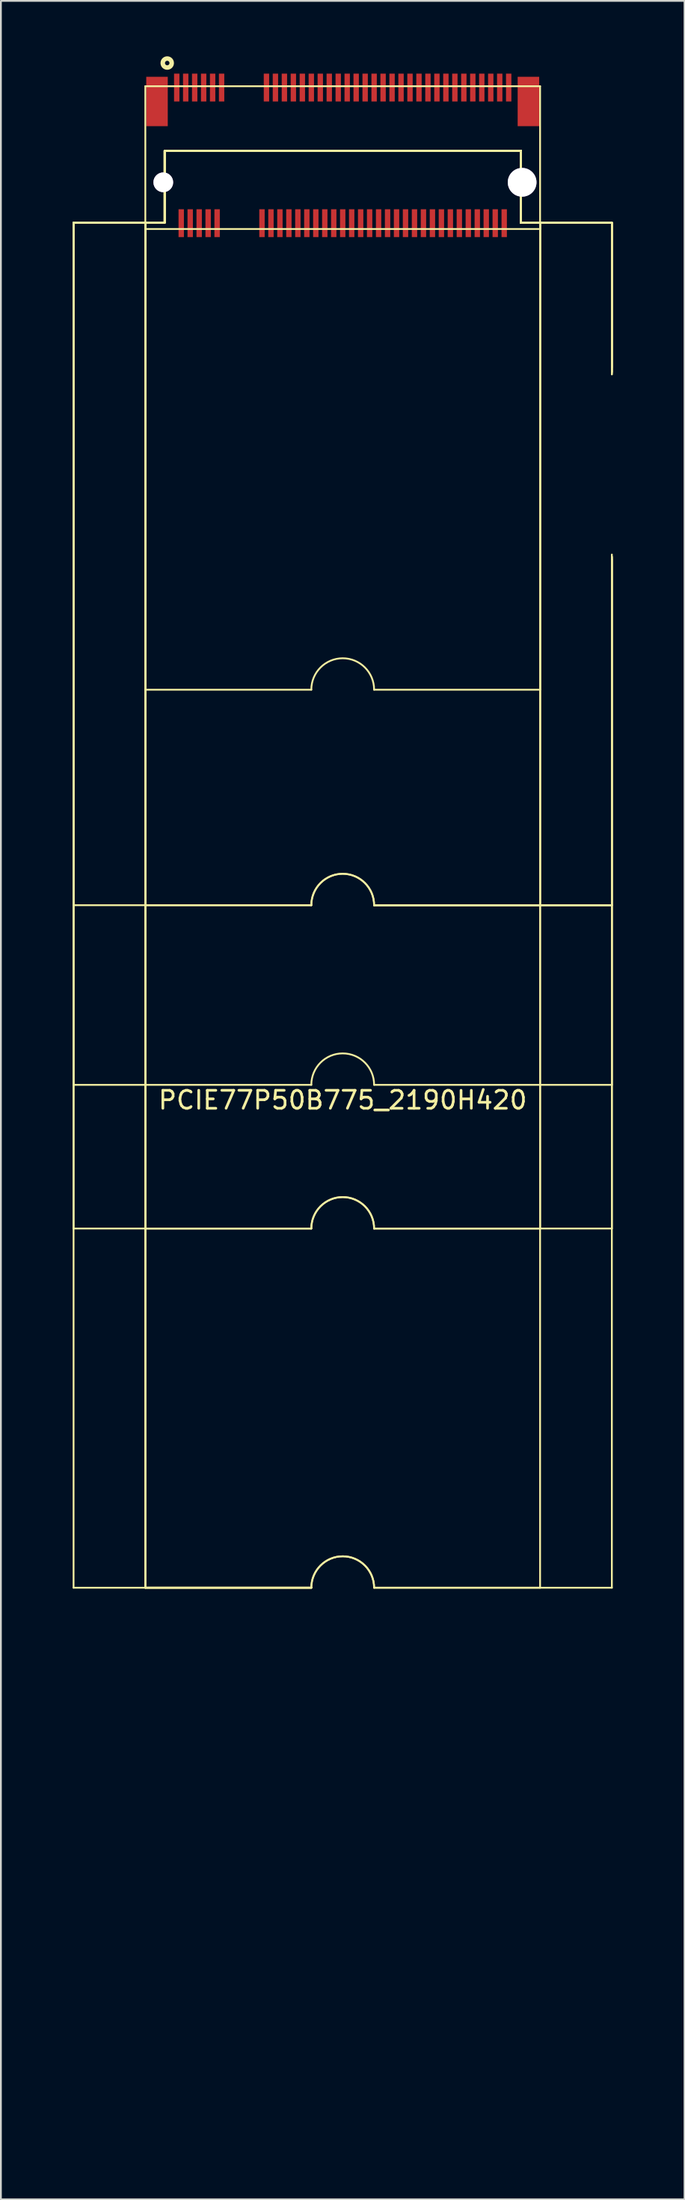
<source format=kicad_pcb>
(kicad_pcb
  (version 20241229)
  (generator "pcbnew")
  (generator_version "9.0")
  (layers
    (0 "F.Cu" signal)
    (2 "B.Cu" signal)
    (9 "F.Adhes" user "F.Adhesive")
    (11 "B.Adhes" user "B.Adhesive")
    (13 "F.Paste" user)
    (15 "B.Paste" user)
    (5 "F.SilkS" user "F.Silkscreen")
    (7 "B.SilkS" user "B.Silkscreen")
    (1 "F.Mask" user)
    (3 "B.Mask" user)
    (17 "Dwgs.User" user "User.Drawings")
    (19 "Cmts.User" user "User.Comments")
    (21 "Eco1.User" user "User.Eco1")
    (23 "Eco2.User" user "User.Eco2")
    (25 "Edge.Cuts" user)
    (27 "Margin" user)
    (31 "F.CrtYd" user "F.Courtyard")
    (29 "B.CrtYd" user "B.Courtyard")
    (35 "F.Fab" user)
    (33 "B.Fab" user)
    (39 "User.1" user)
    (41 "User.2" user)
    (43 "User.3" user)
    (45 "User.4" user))
  (footprint "PCIE77P50B775_2190H420"
    (layer "F.Cu")
    (at 16.05 58.2)
    (property "Reference" "PCIE77P50B775_2190H420" (at 0 0 0) (layer "F.SilkS") (effects (font (size 1 1) (thickness 0.15))))
    (fp_line (start -15 -48.85) (end -15 -10.85) (stroke (width 0.1) (type default)) (layer "F.SilkS"))
    (fp_line (start -15 -48.85) (end -15 -0.85) (stroke (width 0.1) (type default)) (layer "F.SilkS"))
    (fp_line (start -15 -48.85) (end -15 7.15) (stroke (width 0.1) (type default)) (layer "F.SilkS"))
    (fp_line (start -15 -48.85) (end -15 27.15) (stroke (width 0.1) (type default)) (layer "F.SilkS"))
    (fp_line (start -11 -56.45) (end -11 -48.5) (stroke (width 0.1) (type default)) (layer "F.SilkS"))
    (fp_line (start -11 -48.85) (end -11 -22.85) (stroke (width 0.1) (type default)) (layer "F.SilkS"))
    (fp_line (start -11 -48.85) (end -11 -10.85) (stroke (width 0.1) (type default)) (layer "F.SilkS"))
    (fp_line (start -11 -48.85) (end -11 7.15) (stroke (width 0.1) (type default)) (layer "F.SilkS"))
    (fp_line (start -11 -48.85) (end -11 27.15) (stroke (width 0.1) (type default)) (layer "F.SilkS"))
    (fp_line (start -11 -48.85) (end -11 27.15) (stroke (width 0.1) (type default)) (layer "F.SilkS"))
    (fp_line (start -11 -48.85) (end -11 27.15) (stroke (width 0.1) (type default)) (layer "F.SilkS"))
    (fp_line (start -9.925 -52.85) (end -9.925 -48.85) (stroke (width 0.1) (type default)) (layer "F.SilkS"))
    (fp_line (start -9.925 -52.85) (end -9.925 -48.85) (stroke (width 0.1) (type default)) (layer "F.SilkS"))
    (fp_line (start -9.925 -52.85) (end -9.925 -48.85) (stroke (width 0.1) (type default)) (layer "F.SilkS"))
    (fp_line (start -9.925 -52.85) (end -9.925 -48.85) (stroke (width 0.1) (type default)) (layer "F.SilkS"))
    (fp_line (start -9.925 -52.85) (end -9.925 -48.85) (stroke (width 0.1) (type default)) (layer "F.SilkS"))
    (fp_line (start -9.925 -52.85) (end -9.925 -48.85) (stroke (width 0.1) (type default)) (layer "F.SilkS"))
    (fp_line (start -9.925 -52.85) (end -9.925 -48.85) (stroke (width 0.1) (type default)) (layer "F.SilkS"))
    (fp_line (start -9.925 -52.85) (end -9.925 -48.85) (stroke (width 0.1) (type default)) (layer "F.SilkS"))
    (fp_line (start -9.925 -52.85) (end -9.925 -48.85) (stroke (width 0.1) (type default)) (layer "F.SilkS"))
    (fp_line (start -9.925 -52.85) (end -9.925 -48.85) (stroke (width 0.1) (type default)) (layer "F.SilkS"))
    (fp_line (start -9.925 -48.85) (end -15 -48.85) (stroke (width 0.1) (type default)) (layer "F.SilkS"))
    (fp_line (start -9.925 -48.85) (end -15 -48.85) (stroke (width 0.1) (type default)) (layer "F.SilkS"))
    (fp_line (start -9.925 -48.85) (end -15 -48.85) (stroke (width 0.1) (type default)) (layer "F.SilkS"))
    (fp_line (start -9.925 -48.85) (end -15 -48.85) (stroke (width 0.1) (type default)) (layer "F.SilkS"))
    (fp_line (start -9.925 -48.85) (end -11 -48.85) (stroke (width 0.1) (type default)) (layer "F.SilkS"))
    (fp_line (start -9.925 -48.85) (end -11 -48.85) (stroke (width 0.1) (type default)) (layer "F.SilkS"))
    (fp_line (start -9.925 -48.85) (end -11 -48.85) (stroke (width 0.1) (type default)) (layer "F.SilkS"))
    (fp_line (start -9.925 -48.85) (end -11 -48.85) (stroke (width 0.1) (type default)) (layer "F.SilkS"))
    (fp_line (start -9.925 -48.85) (end -11 -48.85) (stroke (width 0.1) (type default)) (layer "F.SilkS"))
    (fp_line (start -9.925 -48.85) (end -11 -48.85) (stroke (width 0.1) (type default)) (layer "F.SilkS"))
    (fp_line (start -1.75 -22.85) (end -11 -22.85) (stroke (width 0.1) (type default)) (layer "F.SilkS"))
    (fp_line (start -1.75 -10.85) (end -15 -10.85) (stroke (width 0.1) (type default)) (layer "F.SilkS"))
    (fp_line (start -1.75 -10.85) (end -11 -10.85) (stroke (width 0.1) (type default)) (layer "F.SilkS"))
    (fp_line (start -1.75 -0.85) (end -15 -0.85) (stroke (width 0.1) (type default)) (layer "F.SilkS"))
    (fp_line (start -1.75 7.15) (end -15 7.15) (stroke (width 0.1) (type default)) (layer "F.SilkS"))
    (fp_line (start -1.75 7.15) (end -11 7.15) (stroke (width 0.1) (type default)) (layer "F.SilkS"))
    (fp_line (start -1.75 27.15) (end -15 27.15) (stroke (width 0.1) (type default)) (layer "F.SilkS"))
    (fp_line (start -1.75 27.15) (end -11 27.15) (stroke (width 0.1) (type default)) (layer "F.SilkS"))
    (fp_line (start -1.75 27.15) (end -11 27.15) (stroke (width 0.1) (type default)) (layer "F.SilkS"))
    (fp_line (start -1.75 27.15) (end -11 27.15) (stroke (width 0.1) (type default)) (layer "F.SilkS"))
    (fp_line (start 9.925 -52.85) (end -9.925 -52.85) (stroke (width 0.1) (type default)) (layer "F.SilkS"))
    (fp_line (start 9.925 -52.85) (end -9.925 -52.85) (stroke (width 0.1) (type default)) (layer "F.SilkS"))
    (fp_line (start 9.925 -52.85) (end -9.925 -52.85) (stroke (width 0.1) (type default)) (layer "F.SilkS"))
    (fp_line (start 9.925 -52.85) (end -9.925 -52.85) (stroke (width 0.1) (type default)) (layer "F.SilkS"))
    (fp_line (start 9.925 -52.85) (end -9.925 -52.85) (stroke (width 0.1) (type default)) (layer "F.SilkS"))
    (fp_line (start 9.925 -52.85) (end -9.925 -52.85) (stroke (width 0.1) (type default)) (layer "F.SilkS"))
    (fp_line (start 9.925 -52.85) (end -9.925 -52.85) (stroke (width 0.1) (type default)) (layer "F.SilkS"))
    (fp_line (start 9.925 -52.85) (end -9.925 -52.85) (stroke (width 0.1) (type default)) (layer "F.SilkS"))
    (fp_line (start 9.925 -52.85) (end -9.925 -52.85) (stroke (width 0.1) (type default)) (layer "F.SilkS"))
    (fp_line (start 9.925 -52.85) (end -9.925 -52.85) (stroke (width 0.1) (type default)) (layer "F.SilkS"))
    (fp_line (start 9.925 -52.85) (end -9.925 -52.85) (stroke (width 0.1) (type default)) (layer "F.SilkS"))
    (fp_line (start 9.925 -52.85) (end 9.925 -48.85) (stroke (width 0.1) (type default)) (layer "F.SilkS"))
    (fp_line (start 9.925 -52.85) (end 9.925 -48.85) (stroke (width 0.1) (type default)) (layer "F.SilkS"))
    (fp_line (start 9.925 -52.85) (end 9.925 -48.85) (stroke (width 0.1) (type default)) (layer "F.SilkS"))
    (fp_line (start 9.925 -52.85) (end 9.925 -48.85) (stroke (width 0.1) (type default)) (layer "F.SilkS"))
    (fp_line (start 9.925 -52.85) (end 9.925 -48.85) (stroke (width 0.1) (type default)) (layer "F.SilkS"))
    (fp_line (start 9.925 -52.85) (end 9.925 -48.85) (stroke (width 0.1) (type default)) (layer "F.SilkS"))
    (fp_line (start 9.925 -52.85) (end 9.925 -48.85) (stroke (width 0.1) (type default)) (layer "F.SilkS"))
    (fp_line (start 9.925 -52.85) (end 9.925 -48.85) (stroke (width 0.1) (type default)) (layer "F.SilkS"))
    (fp_line (start 9.925 -52.85) (end 9.925 -48.85) (stroke (width 0.1) (type default)) (layer "F.SilkS"))
    (fp_line (start 9.925 -52.85) (end 9.925 -48.85) (stroke (width 0.1) (type default)) (layer "F.SilkS"))
    (fp_line (start 9.925 -52.85) (end 9.925 -48.85) (stroke (width 0.1) (type default)) (layer "F.SilkS"))
    (fp_line (start 11 -56.45) (end -11 -56.45) (stroke (width 0.1) (type default)) (layer "F.SilkS"))
    (fp_line (start 11 -56.45) (end 11 -48.5) (stroke (width 0.1) (type default)) (layer "F.SilkS"))
    (fp_line (start 11 -48.85) (end 9.925 -48.85) (stroke (width 0.1) (type default)) (layer "F.SilkS"))
    (fp_line (start 11 -48.85) (end 9.925 -48.85) (stroke (width 0.1) (type default)) (layer "F.SilkS"))
    (fp_line (start 11 -48.85) (end 9.925 -48.85) (stroke (width 0.1) (type default)) (layer "F.SilkS"))
    (fp_line (start 11 -48.85) (end 9.925 -48.85) (stroke (width 0.1) (type default)) (layer "F.SilkS"))
    (fp_line (start 11 -48.85) (end 11 -22.85) (stroke (width 0.1) (type default)) (layer "F.SilkS"))
    (fp_line (start 11 -48.85) (end 11 -10.85) (stroke (width 0.1) (type default)) (layer "F.SilkS"))
    (fp_line (start 11 -48.85) (end 11 7.15) (stroke (width 0.1) (type default)) (layer "F.SilkS"))
    (fp_line (start 11 -48.85) (end 11 27.15) (stroke (width 0.1) (type default)) (layer "F.SilkS"))
    (fp_line (start 11 -48.5) (end -11 -48.5) (stroke (width 0.1) (type default)) (layer "F.SilkS"))
    (fp_line (start 11 -22.85) (end 1.75 -22.85) (stroke (width 0.1) (type default)) (layer "F.SilkS"))
    (fp_line (start 11 -10.85) (end 1.75 -10.85) (stroke (width 0.1) (type default)) (layer "F.SilkS"))
    (fp_line (start 11 7.15) (end 1.75 7.15) (stroke (width 0.1) (type default)) (layer "F.SilkS"))
    (fp_line (start 11 27.15) (end 1.75 27.15) (stroke (width 0.1) (type default)) (layer "F.SilkS"))
    (fp_line (start 15 -48.85) (end 9.925 -48.85) (stroke (width 0.1) (type default)) (layer "F.SilkS"))
    (fp_line (start 15 -48.85) (end 9.925 -48.85) (stroke (width 0.1) (type default)) (layer "F.SilkS"))
    (fp_line (start 15 -48.85) (end 9.925 -48.85) (stroke (width 0.1) (type default)) (layer "F.SilkS"))
    (fp_line (start 15 -48.85) (end 9.925 -48.85) (stroke (width 0.1) (type default)) (layer "F.SilkS"))
    (fp_line (start 15 -48.85) (end 9.925 -48.85) (stroke (width 0.1) (type default)) (layer "F.SilkS"))
    (fp_line (start 15 -48.85) (end 15 -40.789) (stroke (width 0.1) (type default)) (layer "F.SilkS"))
    (fp_line (start 15 -48.85) (end 15 -40.535) (stroke (width 0.1) (type default)) (layer "F.SilkS"))
    (fp_line (start 15 -48.85) (end 15 -40.535) (stroke (width 0.1) (type default)) (layer "F.SilkS"))
    (fp_line (start 15 -48.85) (end 15 -40.408) (stroke (width 0.1) (type default)) (layer "F.SilkS"))
    (fp_line (start 15 -48.85) (end 15 -40.408) (stroke (width 0.1) (type default)) (layer "F.SilkS"))
    (fp_line (start 15 -30.375) (end 15 -0.85) (stroke (width 0.1) (type default)) (layer "F.SilkS"))
    (fp_line (start 15 -30.248) (end 15 -10.85) (stroke (width 0.1) (type default)) (layer "F.SilkS"))
    (fp_line (start 15 -30.248) (end 15 27.15) (stroke (width 0.1) (type default)) (layer "F.SilkS"))
    (fp_line (start 15 -30.121) (end 15 7.15) (stroke (width 0.1) (type default)) (layer "F.SilkS"))
    (fp_line (start 15 -10.85) (end 1.75 -10.85) (stroke (width 0.1) (type default)) (layer "F.SilkS"))
    (fp_line (start 15 -10.85) (end 1.75 -10.85) (stroke (width 0.1) (type default)) (layer "F.SilkS"))
    (fp_line (start 15 -10.85) (end 1.75 -10.85) (stroke (width 0.1) (type default)) (layer "F.SilkS"))
    (fp_line (start 15 -0.85) (end 1.75 -0.85) (stroke (width 0.1) (type default)) (layer "F.SilkS"))
    (fp_line (start 15 7.15) (end 1.75 7.15) (stroke (width 0.1) (type default)) (layer "F.SilkS"))
    (fp_line (start 15 27.15) (end 1.75 27.15) (stroke (width 0.1) (type default)) (layer "F.SilkS"))
    (fp_arc (start -1.75 -22.85) (mid 0 -24.6) (end 1.75 -22.85) (stroke (width 0.1) (type default)) (layer "F.SilkS"))
    (fp_arc (start -1.75 -10.85) (mid 0 -12.6) (end 1.75 -10.85) (stroke (width 0.1) (type default)) (layer "F.SilkS"))
    (fp_arc (start -1.75 -10.85) (mid 0 -12.6) (end 1.75 -10.85) (stroke (width 0.1) (type default)) (layer "F.SilkS"))
    (fp_arc (start -1.75 -0.85) (mid 0 -2.6) (end 1.75 -0.85) (stroke (width 0.1) (type default)) (layer "F.SilkS"))
    (fp_arc (start -1.75 7.15) (mid 0 5.4) (end 1.75 7.15) (stroke (width 0.1) (type default)) (layer "F.SilkS"))
    (fp_arc (start -1.75 7.15) (mid 0 5.4) (end 1.75 7.15) (stroke (width 0.1) (type default)) (layer "F.SilkS"))
    (fp_arc (start -1.75 27.15) (mid 0 25.4) (end 1.75 27.15) (stroke (width 0.1) (type default)) (layer "F.SilkS"))
    (fp_arc (start -1.75 27.15) (mid 0 25.4) (end 1.75 27.15) (stroke (width 0.1) (type default)) (layer "F.SilkS"))
    (fp_circle (center -9.78 -57.74) (end -9.53 -57.74) (stroke (width 0.25) (type default)) (fill no) (layer "F.SilkS"))
    (fp_line (start -12 -58.15) (end -12 -47.05) (stroke (width 0.025) (type default)) (layer "User.1"))
    (fp_line (start 12 -58.15) (end -12 -58.15) (stroke (width 0.025) (type default)) (layer "User.1"))
    (fp_line (start 12 -58.15) (end 12 -47.05) (stroke (width 0.025) (type default)) (layer "User.1"))
    (fp_line (start 12 -47.05) (end -12 -47.05) (stroke (width 0.025) (type default)) (layer "User.1"))
    (fp_poly (pts (xy 11 -48.5) (xy 11 -56.45) (xy -11 -56.45) (xy -11 -48.5)) (stroke (width 0.1) (type default)) (fill no) (layer "User.1"))
    (fp_poly (pts (xy 11 -48.5) (xy 11 -56.45) (xy -11 -56.45) (xy -11 -48.5)) (stroke (width 0.1) (type default)) (fill no) (layer "User.1"))
    (fp_poly (pts (xy 12 -47.05) (xy 12 -58.15) (xy -11.11 -58.15) (xy -11.11 -56.685) (xy 11.13 -56.685) (xy 11.13 -48.505) (xy 11.13 -48.34) (xy -11.17 -48.34) (xy -11.17 -48.505) (xy -11.17 -58.15) (xy -12 -58.15) (xy -12 -47.05)) (stroke (width 0.1) (type default)) (fill no) (layer "User.1"))
    (fp_poly (pts (xy 12 -47.05) (xy 12 -58.15) (xy -11.11 -58.15) (xy -11.11 -56.685) (xy 11.13 -56.685) (xy 11.13 -48.505) (xy 11.13 -48.34) (xy -11.17 -48.34) (xy -11.17 -48.505) (xy -11.17 -58.15) (xy -12 -58.15) (xy -12 -47.05)) (stroke (width 0.1) (type default)) (fill no) (layer "User.1"))
    (fp_poly (pts (xy -16 0.15) (xy -16 -49.85) (xy -10.925 -49.85) (xy -10.925 -53.85) (xy 10.925 -53.85) (xy 10.925 -49.85) (xy 16 -49.85) (xy 16 0.15) (xy 0.75 0.15) (xy 0.75 -0.85) (xy 0.744 -0.948) (xy 0.693 -1.137) (xy 0.595 -1.306) (xy 0.457 -1.445) (xy 0.287 -1.543) (xy 0.098 -1.593) (xy -0.098 -1.593) (xy -0.287 -1.543) (xy -0.457 -1.445) (xy -0.595 -1.306) (xy -0.693 -1.137) (xy -0.744 -0.948) (xy -0.75 -0.85) (xy -0.75 0.15)) (stroke (width 0.1) (type default)) (fill no) (layer "User.1"))
    (fp_poly (pts (xy -16 8.15) (xy -16 -49.85) (xy -10.925 -49.85) (xy -10.925 -53.85) (xy 10.925 -53.85) (xy 10.925 -49.85) (xy 16 -49.85) (xy 16 8.15) (xy 0.75 8.15) (xy 0.75 7.15) (xy 0.744 7.052) (xy 0.693 6.863) (xy 0.595 6.694) (xy 0.457 6.555) (xy 0.287 6.457) (xy 0.098 6.407) (xy -0.098 6.407) (xy -0.287 6.457) (xy -0.457 6.555) (xy -0.595 6.694) (xy -0.693 6.863) (xy -0.744 7.052) (xy -0.75 7.15) (xy -0.75 8.15)) (stroke (width 0.1) (type default)) (fill no) (layer "User.1"))
    (fp_poly (pts (xy -12 -21.85) (xy -12 -49.85) (xy -10.925 -49.85) (xy -10.925 -53.85) (xy 10.925 -53.85) (xy 10.925 -49.85) (xy 12 -49.85) (xy 12 -21.85) (xy 0.75 -21.85) (xy 0.75 -22.85) (xy 0.744 -22.948) (xy 0.693 -23.137) (xy 0.595 -23.306) (xy 0.457 -23.445) (xy 0.287 -23.543) (xy 0.098 -23.593) (xy -0.098 -23.593) (xy -0.287 -23.543) (xy -0.457 -23.445) (xy -0.595 -23.306) (xy -0.693 -23.137) (xy -0.744 -22.948) (xy -0.75 -22.85) (xy -0.75 -21.85)) (stroke (width 0.1) (type default)) (fill no) (layer "User.1"))
    (fp_poly (pts (xy -12 -9.85) (xy -12 -49.85) (xy -10.925 -49.85) (xy -10.925 -53.85) (xy 10.925 -53.85) (xy 10.925 -49.85) (xy 12 -49.85) (xy 12 -9.85) (xy 0.75 -9.85) (xy 0.75 -10.85) (xy 0.744 -10.948) (xy 0.693 -11.137) (xy 0.595 -11.306) (xy 0.457 -11.445) (xy 0.287 -11.543) (xy 0.098 -11.594) (xy -0.098 -11.594) (xy -0.287 -11.543) (xy -0.457 -11.445) (xy -0.595 -11.306) (xy -0.693 -11.137) (xy -0.744 -10.948) (xy -0.75 -10.85) (xy -0.75 -9.85)) (stroke (width 0.1) (type default)) (fill no) (layer "User.1"))
    (fp_poly (pts (xy -12 8.15) (xy -12 -49.85) (xy -10.925 -49.85) (xy -10.925 -53.85) (xy 10.925 -53.85) (xy 10.925 -49.85) (xy 12 -49.85) (xy 12 8.15) (xy 0.75 8.15) (xy 0.75 7.15) (xy 0.744 7.052) (xy 0.693 6.863) (xy 0.595 6.694) (xy 0.457 6.555) (xy 0.287 6.457) (xy 0.098 6.407) (xy -0.098 6.407) (xy -0.287 6.457) (xy -0.457 6.555) (xy -0.595 6.694) (xy -0.693 6.863) (xy -0.744 7.052) (xy -0.75 7.15) (xy -0.75 8.15)) (stroke (width 0.1) (type default)) (fill no) (layer "User.1"))
    (fp_poly (pts (xy -12 58.15) (xy -12 -49.85) (xy -10.925 -49.85) (xy -10.925 -53.85) (xy 10.925 -53.85) (xy 10.925 -49.85) (xy 12 -49.85) (xy 12 58.15) (xy 0.75 58.15) (xy 0.75 57.15) (xy 0.744 57.052) (xy 0.693 56.863) (xy 0.595 56.694) (xy 0.457 56.555) (xy 0.287 56.457) (xy 0.098 56.407) (xy -0.098 56.407) (xy -0.287 56.457) (xy -0.457 56.555) (xy -0.595 56.694) (xy -0.693 56.863) (xy -0.744 57.052) (xy -0.75 57.15) (xy -0.75 58.15)) (stroke (width 0.1) (type default)) (fill no) (layer "User.1"))
    (fp_poly (pts (xy -10.925 -53.85) (xy 10.925 -53.85) (xy 10.925 -49.85) (xy 12 -49.85) (xy 12 28.15) (xy 0.75 28.15) (xy 0.75 27.15) (xy 0.744 27.052) (xy 0.693 26.863) (xy 0.595 26.693) (xy 0.457 26.555) (xy 0.287 26.457) (xy 0.098 26.407) (xy -0.098 26.407) (xy -0.287 26.457) (xy -0.457 26.555) (xy -0.595 26.693) (xy -0.693 26.863) (xy -0.744 27.052) (xy -0.75 27.15) (xy -0.75 28.15) (xy -12 28.15) (xy -12 -49.85) (xy -10.925 -49.85)) (stroke (width 0.1) (type default)) (fill no) (layer "User.1"))
    (fp_poly (pts (xy 0.75 -9.85) (xy 0.75 -10.85) (xy 0.744 -10.948) (xy 0.693 -11.137) (xy 0.595 -11.306) (xy 0.457 -11.445) (xy 0.287 -11.543) (xy 0.098 -11.594) (xy -0.098 -11.594) (xy -0.287 -11.543) (xy -0.457 -11.445) (xy -0.595 -11.306) (xy -0.693 -11.137) (xy -0.744 -10.948) (xy -0.75 -10.85) (xy -0.75 -9.85) (xy -16 -9.85) (xy -16 -49.85) (xy -10.925 -49.85) (xy -10.925 -53.85) (xy 10.925 -53.85) (xy 10.925 -49.85) (xy 16 -49.85) (xy 16 -9.85)) (stroke (width 0.1) (type default)) (fill no) (layer "User.1"))
    (fp_poly (pts (xy 0.75 28.15) (xy 0.75 27.15) (xy 0.744 27.052) (xy 0.693 26.863) (xy 0.595 26.693) (xy 0.457 26.555) (xy 0.287 26.457) (xy 0.098 26.407) (xy -0.098 26.407) (xy -0.287 26.457) (xy -0.457 26.555) (xy -0.595 26.693) (xy -0.693 26.863) (xy -0.744 27.052) (xy -0.75 27.15) (xy -0.75 28.15) (xy -16 28.15) (xy -16 -49.85) (xy -10.925 -49.85) (xy -10.925 -53.85) (xy 10.925 -53.85) (xy 10.925 -49.85) (xy 16 -49.85) (xy 16 28.15)) (stroke (width 0.1) (type default)) (fill no) (layer "User.1"))
    (fp_poly (pts (xy 16 58.15) (xy 0.75 58.15) (xy 0.75 57.15) (xy 0.744 57.052) (xy 0.693 56.863) (xy 0.595 56.694) (xy 0.457 56.555) (xy 0.287 56.457) (xy 0.098 56.407) (xy -0.098 56.407) (xy -0.287 56.457) (xy -0.457 56.555) (xy -0.595 56.694) (xy -0.693 56.863) (xy -0.744 57.052) (xy -0.75 57.15) (xy -0.75 58.15) (xy -16 58.15) (xy -16 -49.85) (xy -10.925 -49.85) (xy -10.925 -53.85) (xy 10.925 -53.85) (xy 10.925 -49.85) (xy 16 -49.85)) (stroke (width 0.1) (type default)) (fill no) (layer "User.1"))
    (fp_poly (pts (xy -11.557 -51.1) (xy -11.527 -50.796) (xy -11.439 -50.504) (xy -11.295 -50.234) (xy -11.101 -49.998) (xy -10.866 -49.805) (xy -10.596 -49.661) (xy -10.304 -49.572) (xy -10 -49.542) (xy -9.696 -49.572) (xy -9.404 -49.661) (xy -9.225 -49.757) (xy -9.134 -49.805) (xy -8.899 -49.998) (xy -8.705 -50.234) (xy -8.561 -50.504) (xy -8.473 -50.796) (xy -8.443 -51.1) (xy -8.473 -51.404) (xy -8.561 -51.696) (xy -8.705 -51.965) (xy -8.899 -52.202) (xy -9.134 -52.395) (xy -9.225 -52.444) (xy -9.404 -52.539) (xy -9.696 -52.628) (xy -10 -52.657) (xy -10.304 -52.628) (xy -10.596 -52.539) (xy -10.866 -52.395) (xy -11.101 -52.202) (xy -11.295 -51.965) (xy -11.439 -51.696) (xy -11.527 -51.404)) (stroke (width 0.1) (type default)) (fill no) (layer "User.1"))
    (fp_poly (pts (xy -11.557 -51.1) (xy -11.527 -50.796) (xy -11.439 -50.504) (xy -11.295 -50.234) (xy -11.101 -49.998) (xy -10.866 -49.805) (xy -10.596 -49.661) (xy -10.304 -49.572) (xy -10 -49.542) (xy -9.696 -49.572) (xy -9.404 -49.661) (xy -9.225 -49.757) (xy -9.134 -49.805) (xy -8.899 -49.998) (xy -8.705 -50.234) (xy -8.561 -50.504) (xy -8.473 -50.796) (xy -8.443 -51.1) (xy -8.473 -51.404) (xy -8.561 -51.696) (xy -8.705 -51.965) (xy -8.899 -52.202) (xy -9.134 -52.395) (xy -9.225 -52.444) (xy -9.404 -52.539) (xy -9.696 -52.628) (xy -10 -52.657) (xy -10.304 -52.628) (xy -10.596 -52.539) (xy -10.866 -52.395) (xy -11.101 -52.202) (xy -11.295 -51.965) (xy -11.439 -51.696) (xy -11.527 -51.404)) (stroke (width 0.1) (type default)) (fill no) (layer "User.1"))
    (fp_poly (pts (xy 8.191 -51.1) (xy 8.226 -50.748) (xy 8.329 -50.408) (xy 8.496 -50.096) (xy 8.721 -49.821) (xy 8.995 -49.596) (xy 9.308 -49.429) (xy 9.647 -49.327) (xy 10 -49.291) (xy 10.353 -49.327) (xy 10.692 -49.429) (xy 10.9 -49.541) (xy 11.005 -49.596) (xy 11.279 -49.821) (xy 11.504 -50.096) (xy 11.671 -50.408) (xy 11.774 -50.748) (xy 11.809 -51.1) (xy 11.774 -51.453) (xy 11.671 -51.792) (xy 11.504 -52.105) (xy 11.279 -52.379) (xy 11.005 -52.604) (xy 10.9 -52.66) (xy 10.692 -52.771) (xy 10.353 -52.874) (xy 10 -52.908) (xy 9.647 -52.874) (xy 9.308 -52.771) (xy 8.995 -52.604) (xy 8.721 -52.379) (xy 8.496 -52.105) (xy 8.329 -51.792) (xy 8.226 -51.453)) (stroke (width 0.1) (type default)) (fill no) (layer "User.1"))
    (fp_poly (pts (xy 8.191 -51.1) (xy 8.226 -50.748) (xy 8.329 -50.408) (xy 8.496 -50.096) (xy 8.721 -49.821) (xy 8.995 -49.596) (xy 9.308 -49.429) (xy 9.647 -49.327) (xy 10 -49.291) (xy 10.353 -49.327) (xy 10.692 -49.429) (xy 10.9 -49.541) (xy 11.005 -49.596) (xy 11.279 -49.821) (xy 11.504 -50.096) (xy 11.671 -50.408) (xy 11.774 -50.748) (xy 11.809 -51.1) (xy 11.774 -51.453) (xy 11.671 -51.792) (xy 11.504 -52.105) (xy 11.279 -52.379) (xy 11.005 -52.604) (xy 10.9 -52.66) (xy 10.692 -52.771) (xy 10.353 -52.874) (xy 10 -52.908) (xy 9.647 -52.874) (xy 9.308 -52.771) (xy 8.995 -52.604) (xy 8.721 -52.379) (xy 8.496 -52.105) (xy 8.329 -51.792) (xy 8.226 -51.453)) (stroke (width 0.1) (type default)) (fill no) (layer "User.1"))
    (fp_poly (pts (xy -16 0.15) (xy -16 -49.85) (xy -10.925 -49.85) (xy -10.925 -53.85) (xy 10.925 -53.85) (xy 10.925 -49.85) (xy 16 -49.85) (xy 16 0.15) (xy 0.75 0.15) (arc (start 0.75 -0.85) (mid 0 -1.6) (end -0.75 -0.85)) (xy -0.75 0.15)) (stroke (width 0.1) (type default)) (fill no) (layer "User.1"))
    (fp_poly (pts (xy -16 8.15) (xy -16 -49.85) (xy -10.925 -49.85) (xy -10.925 -53.85) (xy 10.925 -53.85) (xy 10.925 -49.85) (xy 16 -49.85) (xy 16 8.15) (xy 0.75 8.15) (arc (start 0.75 7.15) (mid 0 6.4) (end -0.75 7.15)) (xy -0.75 8.15)) (stroke (width 0.1) (type default)) (fill no) (layer "User.1"))
    (fp_poly (pts (xy -12 -21.85) (xy -12 -49.85) (xy -10.925 -49.85) (xy -10.925 -53.85) (xy 10.925 -53.85) (xy 10.925 -49.85) (xy 12 -49.85) (xy 12 -21.85) (xy 0.75 -21.85) (arc (start 0.75 -22.85) (mid 0 -23.6) (end -0.75 -22.85)) (xy -0.75 -21.85)) (stroke (width 0.1) (type default)) (fill no) (layer "User.1"))
    (fp_poly (pts (xy -12 -9.85) (xy -12 -49.85) (xy -10.925 -49.85) (xy -10.925 -53.85) (xy 10.925 -53.85) (xy 10.925 -49.85) (xy 12 -49.85) (xy 12 -9.85) (xy 0.75 -9.85) (arc (start 0.75 -10.85) (mid 0 -11.6) (end -0.75 -10.85)) (xy -0.75 -9.85)) (stroke (width 0.1) (type default)) (fill no) (layer "User.1"))
    (fp_poly (pts (xy -12 8.15) (xy -12 -49.85) (xy -10.925 -49.85) (xy -10.925 -53.85) (xy 10.925 -53.85) (xy 10.925 -49.85) (xy 12 -49.85) (xy 12 8.15) (xy 0.75 8.15) (arc (start 0.75 7.15) (mid 0 6.4) (end -0.75 7.15)) (xy -0.75 8.15)) (stroke (width 0.1) (type default)) (fill no) (layer "User.1"))
    (fp_poly (pts (xy -12 58.15) (xy -12 -49.85) (xy -10.925 -49.85) (xy -10.925 -53.85) (xy 10.925 -53.85) (xy 10.925 -49.85) (xy 12 -49.85) (xy 12 58.15) (xy 0.75 58.15) (arc (start 0.75 57.15) (mid 0 56.4) (end -0.75 57.15)) (xy -0.75 58.15)) (stroke (width 0.1) (type default)) (fill no) (layer "User.1"))
    (fp_poly (pts (xy -10.925 -53.85) (xy 10.925 -53.85) (xy 10.925 -49.85) (xy 12 -49.85) (xy 12 28.15) (xy 0.75 28.15) (arc (start 0.75 27.15) (mid 0 26.4) (end -0.75 27.15)) (xy -0.75 28.15) (xy -12 28.15) (xy -12 -49.85) (xy -10.925 -49.85)) (stroke (width 0.1) (type default)) (fill no) (layer "User.1"))
    (fp_poly (pts (xy 0.75 -9.85) (arc (start 0.75 -10.85) (mid 0 -11.6) (end -0.75 -10.85)) (xy -0.75 -9.85) (xy -16 -9.85) (xy -16 -49.85) (xy -10.925 -49.85) (xy -10.925 -53.85) (xy 10.925 -53.85) (xy 10.925 -49.85) (xy 16 -49.85) (xy 16 -9.85)) (stroke (width 0.1) (type default)) (fill no) (layer "User.1"))
    (fp_poly (pts (xy 0.75 28.15) (arc (start 0.75 27.15) (mid 0 26.4) (end -0.75 27.15)) (xy -0.75 28.15) (xy -16 28.15) (xy -16 -49.85) (xy -10.925 -49.85) (xy -10.925 -53.85) (xy 10.925 -53.85) (xy 10.925 -49.85) (xy 16 -49.85) (xy 16 28.15)) (stroke (width 0.1) (type default)) (fill no) (layer "User.1"))
    (fp_poly (pts (xy 16 58.15) (xy 0.75 58.15) (arc (start 0.75 57.15) (mid 0 56.4) (end -0.75 57.15)) (xy -0.75 58.15) (xy -16 58.15) (xy -16 -49.85) (xy -10.925 -49.85) (xy -10.925 -53.85) (xy 10.925 -53.85) (xy 10.925 -49.85) (xy 16 -49.85)) (stroke (width 0.1) (type default)) (fill no) (layer "User.1"))
    (pad "1" smd rect (at -9.25 -56.375 180) (size 0.3 1.55) (layers "F.Cu" "F.Mask" "F.Paste"))
    (pad "2" smd rect (at -9 -48.825 180) (size 0.3 1.55) (layers "F.Cu" "F.Mask" "F.Paste"))
    (pad "3" smd rect (at -8.75 -56.375 180) (size 0.3 1.55) (layers "F.Cu" "F.Mask" "F.Paste"))
    (pad "4" smd rect (at -8.5 -48.825 180) (size 0.3 1.55) (layers "F.Cu" "F.Mask" "F.Paste"))
    (pad "5" smd rect (at -8.25 -56.375 180) (size 0.3 1.55) (layers "F.Cu" "F.Mask" "F.Paste"))
    (pad "6" smd rect (at -8 -48.825 180) (size 0.3 1.55) (layers "F.Cu" "F.Mask" "F.Paste"))
    (pad "7" smd rect (at -7.75 -56.375 180) (size 0.3 1.55) (layers "F.Cu" "F.Mask" "F.Paste"))
    (pad "8" smd rect (at -7.5 -48.825 180) (size 0.3 1.55) (layers "F.Cu" "F.Mask" "F.Paste"))
    (pad "9" smd rect (at -7.25 -56.375 180) (size 0.3 1.55) (layers "F.Cu" "F.Mask" "F.Paste"))
    (pad "10" smd rect (at -7 -48.825 180) (size 0.3 1.55) (layers "F.Cu" "F.Mask" "F.Paste"))
    (pad "11" smd rect (at -6.75 -56.375 180) (size 0.3 1.55) (layers "F.Cu" "F.Mask" "F.Paste"))
    (pad "20" smd rect (at -4.5 -48.825 180) (size 0.3 1.55) (layers "F.Cu" "F.Mask" "F.Paste"))
    (pad "21" smd rect (at -4.25 -56.375 180) (size 0.3 1.55) (layers "F.Cu" "F.Mask" "F.Paste"))
    (pad "22" smd rect (at -4 -48.825 180) (size 0.3 1.55) (layers "F.Cu" "F.Mask" "F.Paste"))
    (pad "23" smd rect (at -3.75 -56.375 180) (size 0.3 1.55) (layers "F.Cu" "F.Mask" "F.Paste"))
    (pad "24" smd rect (at -3.5 -48.825 180) (size 0.3 1.55) (layers "F.Cu" "F.Mask" "F.Paste"))
    (pad "25" smd rect (at -3.25 -56.375 180) (size 0.3 1.55) (layers "F.Cu" "F.Mask" "F.Paste"))
    (pad "26" smd rect (at -3 -48.825 180) (size 0.3 1.55) (layers "F.Cu" "F.Mask" "F.Paste"))
    (pad "27" smd rect (at -2.75 -56.375 180) (size 0.3 1.55) (layers "F.Cu" "F.Mask" "F.Paste"))
    (pad "28" smd rect (at -2.5 -48.825 180) (size 0.3 1.55) (layers "F.Cu" "F.Mask" "F.Paste"))
    (pad "29" smd rect (at -2.25 -56.375 180) (size 0.3 1.55) (layers "F.Cu" "F.Mask" "F.Paste"))
    (pad "30" smd rect (at -2 -48.825 180) (size 0.3 1.55) (layers "F.Cu" "F.Mask" "F.Paste"))
    (pad "31" smd rect (at -1.75 -56.375 180) (size 0.3 1.55) (layers "F.Cu" "F.Mask" "F.Paste"))
    (pad "32" smd rect (at -1.5 -48.825 180) (size 0.3 1.55) (layers "F.Cu" "F.Mask" "F.Paste"))
    (pad "33" smd rect (at -1.25 -56.375 180) (size 0.3 1.55) (layers "F.Cu" "F.Mask" "F.Paste"))
    (pad "34" smd rect (at -1 -48.825 180) (size 0.3 1.55) (layers "F.Cu" "F.Mask" "F.Paste"))
    (pad "35" smd rect (at -0.75 -56.375 180) (size 0.3 1.55) (layers "F.Cu" "F.Mask" "F.Paste"))
    (pad "36" smd rect (at -0.5 -48.825 180) (size 0.3 1.55) (layers "F.Cu" "F.Mask" "F.Paste"))
    (pad "37" smd rect (at -0.25 -56.375 180) (size 0.3 1.55) (layers "F.Cu" "F.Mask" "F.Paste"))
    (pad "38" smd rect (at 0 -48.825 180) (size 0.3 1.55) (layers "F.Cu" "F.Mask" "F.Paste"))
    (pad "39" smd rect (at 0.25 -56.375 180) (size 0.3 1.55) (layers "F.Cu" "F.Mask" "F.Paste"))
    (pad "40" smd rect (at 0.5 -48.825 180) (size 0.3 1.55) (layers "F.Cu" "F.Mask" "F.Paste"))
    (pad "41" smd rect (at 0.75 -56.375 180) (size 0.3 1.55) (layers "F.Cu" "F.Mask" "F.Paste"))
    (pad "42" smd rect (at 1 -48.825 180) (size 0.3 1.55) (layers "F.Cu" "F.Mask" "F.Paste"))
    (pad "43" smd rect (at 1.25 -56.375 180) (size 0.3 1.55) (layers "F.Cu" "F.Mask" "F.Paste"))
    (pad "44" smd rect (at 1.5 -48.825 180) (size 0.3 1.55) (layers "F.Cu" "F.Mask" "F.Paste"))
    (pad "45" smd rect (at 1.75 -56.375 180) (size 0.3 1.55) (layers "F.Cu" "F.Mask" "F.Paste"))
    (pad "46" smd rect (at 2 -48.825 180) (size 0.3 1.55) (layers "F.Cu" "F.Mask" "F.Paste"))
    (pad "47" smd rect (at 2.25 -56.375 180) (size 0.3 1.55) (layers "F.Cu" "F.Mask" "F.Paste"))
    (pad "48" smd rect (at 2.5 -48.825 180) (size 0.3 1.55) (layers "F.Cu" "F.Mask" "F.Paste"))
    (pad "49" smd rect (at 2.75 -56.375 180) (size 0.3 1.55) (layers "F.Cu" "F.Mask" "F.Paste"))
    (pad "50" smd rect (at 3 -48.825 180) (size 0.3 1.55) (layers "F.Cu" "F.Mask" "F.Paste"))
    (pad "51" smd rect (at 3.25 -56.375 180) (size 0.3 1.55) (layers "F.Cu" "F.Mask" "F.Paste"))
    (pad "52" smd rect (at 3.5 -48.825 180) (size 0.3 1.55) (layers "F.Cu" "F.Mask" "F.Paste"))
    (pad "53" smd rect (at 3.75 -56.375 180) (size 0.3 1.55) (layers "F.Cu" "F.Mask" "F.Paste"))
    (pad "54" smd rect (at 4 -48.825 180) (size 0.3 1.55) (layers "F.Cu" "F.Mask" "F.Paste"))
    (pad "55" smd rect (at 4.25 -56.375 180) (size 0.3 1.55) (layers "F.Cu" "F.Mask" "F.Paste"))
    (pad "56" smd rect (at 4.5 -48.825 180) (size 0.3 1.55) (layers "F.Cu" "F.Mask" "F.Paste"))
    (pad "57" smd rect (at 4.75 -56.375 180) (size 0.3 1.55) (layers "F.Cu" "F.Mask" "F.Paste"))
    (pad "58" smd rect (at 5 -48.825 180) (size 0.3 1.55) (layers "F.Cu" "F.Mask" "F.Paste"))
    (pad "59" smd rect (at 5.25 -56.375 180) (size 0.3 1.55) (layers "F.Cu" "F.Mask" "F.Paste"))
    (pad "60" smd rect (at 5.5 -48.825 180) (size 0.3 1.55) (layers "F.Cu" "F.Mask" "F.Paste"))
    (pad "61" smd rect (at 5.75 -56.375 180) (size 0.3 1.55) (layers "F.Cu" "F.Mask" "F.Paste"))
    (pad "62" smd rect (at 6 -48.825 180) (size 0.3 1.55) (layers "F.Cu" "F.Mask" "F.Paste"))
    (pad "63" smd rect (at 6.25 -56.375 180) (size 0.3 1.55) (layers "F.Cu" "F.Mask" "F.Paste"))
    (pad "64" smd rect (at 6.5 -48.825 180) (size 0.3 1.55) (layers "F.Cu" "F.Mask" "F.Paste"))
    (pad "65" smd rect (at 6.75 -56.375 180) (size 0.3 1.55) (layers "F.Cu" "F.Mask" "F.Paste"))
    (pad "66" smd rect (at 7 -48.825 180) (size 0.3 1.55) (layers "F.Cu" "F.Mask" "F.Paste"))
    (pad "67" smd rect (at 7.25 -56.375 180) (size 0.3 1.55) (layers "F.Cu" "F.Mask" "F.Paste"))
    (pad "68" smd rect (at 7.5 -48.825 180) (size 0.3 1.55) (layers "F.Cu" "F.Mask" "F.Paste"))
    (pad "69" smd rect (at 7.75 -56.375 180) (size 0.3 1.55) (layers "F.Cu" "F.Mask" "F.Paste"))
    (pad "70" smd rect (at 8 -48.825 180) (size 0.3 1.55) (layers "F.Cu" "F.Mask" "F.Paste"))
    (pad "71" smd rect (at 8.25 -56.375 180) (size 0.3 1.55) (layers "F.Cu" "F.Mask" "F.Paste"))
    (pad "72" smd rect (at 8.5 -48.825 180) (size 0.3 1.55) (layers "F.Cu" "F.Mask" "F.Paste"))
    (pad "73" smd rect (at 8.75 -56.375 180) (size 0.3 1.55) (layers "F.Cu" "F.Mask" "F.Paste"))
    (pad "74" smd rect (at 9 -48.825 180) (size 0.3 1.55) (layers "F.Cu" "F.Mask" "F.Paste"))
    (pad "75" smd rect (at 9.25 -56.375 180) (size 0.3 1.55) (layers "F.Cu" "F.Mask" "F.Paste"))
    (pad "76" smd rect (at -10.35 -55.6 180) (size 1.2 2.75) (layers "F.Cu" "F.Mask" "F.Paste"))
    (pad "77" smd rect (at 10.35 -55.6 180) (size 1.2 2.75) (layers "F.Cu" "F.Mask" "F.Paste"))
    (pad "78" thru_hole circle (at -10 -51.1 180) (size 1.1 1.1) (drill 1.1) (layers "*.Cu" "*.Mask"))
    (pad "79" thru_hole circle (at 10 -51.1 180) (size 1.6 1.6) (drill 1.6) (layers "*.Cu" "*.Mask"))
    (zone (net_name "") (layer "Edge.Cuts") (hatch edge 0.5) (connect_pads) (min_thickness 0.25) (filled_areas_thickness no) (keepout (tracks not_allowed) (vias not_allowed) (pads not_allowed) (copperpour not_allowed) (footprints allowed)) (placement (enabled no)) (fill) (polygon (pts (xy 6.259 6.32) (xy 6.454 6.401) (xy 6.621 6.529) (xy 6.749 6.697) (xy 6.83 6.891) (xy 6.857 7.1) (xy 6.83 7.309) (xy 6.749 7.503) (xy 6.621 7.67) (xy 6.454 7.799) (xy 6.259 7.88) (xy 6.05 7.907) (xy 5.841 7.88) (xy 5.646 7.799) (xy 5.479 7.67) (xy 5.351 7.503) (xy 5.271 7.309) (xy 5.243 7.1) (xy 5.271 6.891) (xy 5.351 6.697) (xy 5.479 6.529) (xy 5.646 6.401) (xy 5.841 6.32) (xy 6.05 6.293))))
    (zone (net_name "") (layer "Edge.Cuts") (hatch edge 0.5) (connect_pads) (min_thickness 0.25) (filled_areas_thickness no) (keepout (tracks not_allowed) (vias not_allowed) (pads not_allowed) (copperpour not_allowed) (footprints allowed)) (placement (enabled no)) (fill) (polygon (pts (xy 26.324 6.077) (xy 26.579 6.183) (xy 26.799 6.351) (xy 26.967 6.571) (xy 27.073 6.826) (xy 27.109 7.1) (xy 27.073 7.374) (xy 26.967 7.63) (xy 26.799 7.848) (xy 26.579 8.017) (xy 26.324 8.123) (xy 26.05 8.159) (xy 25.776 8.123) (xy 25.52 8.017) (xy 25.302 7.848) (xy 25.133 7.63) (xy 25.027 7.374) (xy 24.991 7.1) (xy 25.027 6.826) (xy 25.133 6.571) (xy 25.302 6.351) (xy 25.52 6.183) (xy 25.776 6.077) (xy 26.05 6.041)))))
  (gr_rect
    (start -3 -3)
    (end 35.1 119.4)
    (stroke (width 0.1) (type default))
    (fill no)
    (layer "Edge.Cuts")))
</source>
